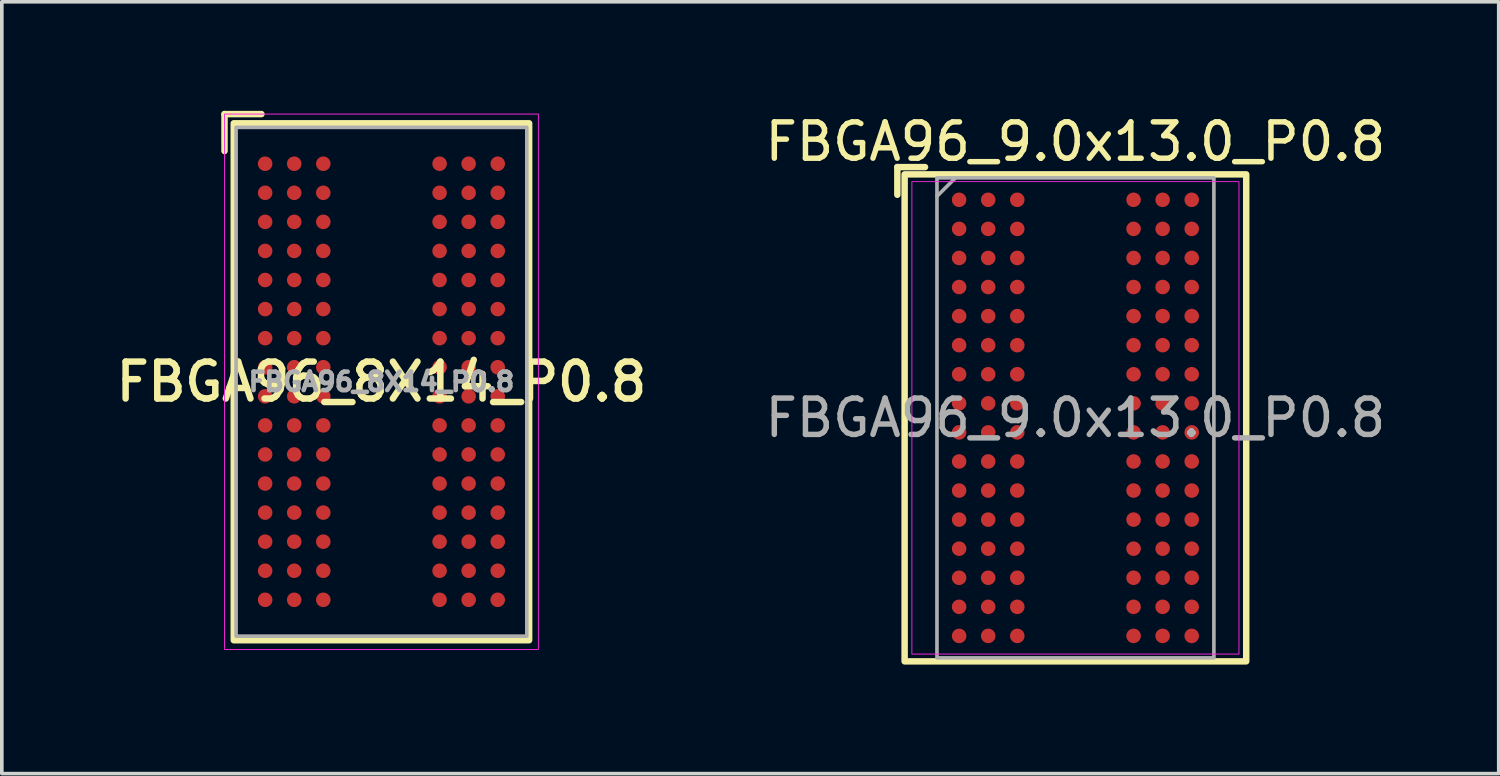
<source format=kicad_pcb>
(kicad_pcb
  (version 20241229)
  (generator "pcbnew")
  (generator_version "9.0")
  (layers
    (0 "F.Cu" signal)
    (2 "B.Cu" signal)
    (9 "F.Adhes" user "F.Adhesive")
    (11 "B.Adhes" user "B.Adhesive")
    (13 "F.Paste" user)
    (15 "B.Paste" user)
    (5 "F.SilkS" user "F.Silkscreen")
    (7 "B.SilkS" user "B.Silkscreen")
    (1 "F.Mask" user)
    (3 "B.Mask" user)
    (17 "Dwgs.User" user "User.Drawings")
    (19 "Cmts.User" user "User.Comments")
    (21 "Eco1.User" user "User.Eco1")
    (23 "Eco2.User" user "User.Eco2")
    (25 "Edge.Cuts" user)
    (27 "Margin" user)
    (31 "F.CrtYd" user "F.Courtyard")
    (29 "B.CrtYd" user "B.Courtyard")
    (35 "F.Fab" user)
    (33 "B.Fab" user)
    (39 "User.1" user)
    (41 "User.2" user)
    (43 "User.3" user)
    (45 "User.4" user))
  (footprint "FBGA96_8X14_P0.8"
    (layer "F.Cu")
    (at 7.446 7.455)
    (property "Reference" "FBGA96_8X14_P0.8" (at 0 0 0) (layer "F.SilkS") (effects (font (size 1.016 1.016) (thickness 0.178))))
    (attr smd)
    (fp_line (start -4.318 -6.35) (end -4.318 -7.366) (stroke (width 0.178) (type solid)) (layer "F.SilkS"))
    (fp_line (start -3.302 -7.366) (end -4.318 -7.366) (stroke (width 0.178) (type solid)) (layer "F.SilkS"))
    (fp_rect (start -4.064 -7.112) (end 4.064 7.112) (stroke (width 0.178) (type solid)) (fill no) (layer "F.SilkS"))
    (fp_rect (start -4.318 -7.366) (end 4.318 7.366) (stroke (width 0.025) (type solid)) (fill no) (layer "F.CrtYd"))
    (fp_rect (start -4 -7) (end 4 7) (stroke (width 0.1) (type solid)) (fill no) (layer "F.Fab"))
    (fp_text user "${REFERENCE}" (at 0 0 0) (layer "F.Fab") (effects (font (size 0.508 0.508) (thickness 0.127))))
    (pad "A1" smd circle (at -3.2 -6) (size 0.4 0.4) (layers "F.Cu" "F.Mask" "F.Paste"))
    (pad "A2" smd circle (at -2.4 -6) (size 0.4 0.4) (layers "F.Cu" "F.Mask" "F.Paste"))
    (pad "A3" smd circle (at -1.6 -6) (size 0.4 0.4) (layers "F.Cu" "F.Mask" "F.Paste"))
    (pad "A7" smd circle (at 1.6 -6) (size 0.4 0.4) (layers "F.Cu" "F.Mask" "F.Paste"))
    (pad "A8" smd circle (at 2.4 -6) (size 0.4 0.4) (layers "F.Cu" "F.Mask" "F.Paste"))
    (pad "A9" smd circle (at 3.2 -6) (size 0.4 0.4) (layers "F.Cu" "F.Mask" "F.Paste"))
    (pad "B1" smd circle (at -3.2 -5.2) (size 0.4 0.4) (layers "F.Cu" "F.Mask" "F.Paste"))
    (pad "B2" smd circle (at -2.4 -5.2) (size 0.4 0.4) (layers "F.Cu" "F.Mask" "F.Paste"))
    (pad "B3" smd circle (at -1.6 -5.2) (size 0.4 0.4) (layers "F.Cu" "F.Mask" "F.Paste"))
    (pad "B7" smd circle (at 1.6 -5.2) (size 0.4 0.4) (layers "F.Cu" "F.Mask" "F.Paste"))
    (pad "B8" smd circle (at 2.4 -5.2) (size 0.4 0.4) (layers "F.Cu" "F.Mask" "F.Paste"))
    (pad "B9" smd circle (at 3.2 -5.2) (size 0.4 0.4) (layers "F.Cu" "F.Mask" "F.Paste"))
    (pad "C1" smd circle (at -3.2 -4.4) (size 0.4 0.4) (layers "F.Cu" "F.Mask" "F.Paste"))
    (pad "C2" smd circle (at -2.4 -4.4) (size 0.4 0.4) (layers "F.Cu" "F.Mask" "F.Paste"))
    (pad "C3" smd circle (at -1.6 -4.4) (size 0.4 0.4) (layers "F.Cu" "F.Mask" "F.Paste"))
    (pad "C7" smd circle (at 1.6 -4.4) (size 0.4 0.4) (layers "F.Cu" "F.Mask" "F.Paste"))
    (pad "C8" smd circle (at 2.4 -4.4) (size 0.4 0.4) (layers "F.Cu" "F.Mask" "F.Paste"))
    (pad "C9" smd circle (at 3.2 -4.4) (size 0.4 0.4) (layers "F.Cu" "F.Mask" "F.Paste"))
    (pad "D1" smd circle (at -3.2 -3.6) (size 0.4 0.4) (layers "F.Cu" "F.Mask" "F.Paste"))
    (pad "D2" smd circle (at -2.4 -3.6) (size 0.4 0.4) (layers "F.Cu" "F.Mask" "F.Paste"))
    (pad "D3" smd circle (at -1.6 -3.6) (size 0.4 0.4) (layers "F.Cu" "F.Mask" "F.Paste"))
    (pad "D7" smd circle (at 1.6 -3.6) (size 0.4 0.4) (layers "F.Cu" "F.Mask" "F.Paste"))
    (pad "D8" smd circle (at 2.4 -3.6) (size 0.4 0.4) (layers "F.Cu" "F.Mask" "F.Paste"))
    (pad "D9" smd circle (at 3.2 -3.6) (size 0.4 0.4) (layers "F.Cu" "F.Mask" "F.Paste"))
    (pad "E1" smd circle (at -3.2 -2.8) (size 0.4 0.4) (layers "F.Cu" "F.Mask" "F.Paste"))
    (pad "E2" smd circle (at -2.4 -2.8) (size 0.4 0.4) (layers "F.Cu" "F.Mask" "F.Paste"))
    (pad "E3" smd circle (at -1.6 -2.8) (size 0.4 0.4) (layers "F.Cu" "F.Mask" "F.Paste"))
    (pad "E7" smd circle (at 1.6 -2.8) (size 0.4 0.4) (layers "F.Cu" "F.Mask" "F.Paste"))
    (pad "E8" smd circle (at 2.4 -2.8) (size 0.4 0.4) (layers "F.Cu" "F.Mask" "F.Paste"))
    (pad "E9" smd circle (at 3.2 -2.8) (size 0.4 0.4) (layers "F.Cu" "F.Mask" "F.Paste"))
    (pad "F1" smd circle (at -3.2 -2) (size 0.4 0.4) (layers "F.Cu" "F.Mask" "F.Paste"))
    (pad "F2" smd circle (at -2.4 -2) (size 0.4 0.4) (layers "F.Cu" "F.Mask" "F.Paste"))
    (pad "F3" smd circle (at -1.6 -2) (size 0.4 0.4) (layers "F.Cu" "F.Mask" "F.Paste"))
    (pad "F7" smd circle (at 1.6 -2) (size 0.4 0.4) (layers "F.Cu" "F.Mask" "F.Paste"))
    (pad "F8" smd circle (at 2.4 -2) (size 0.4 0.4) (layers "F.Cu" "F.Mask" "F.Paste"))
    (pad "F9" smd circle (at 3.2 -2) (size 0.4 0.4) (layers "F.Cu" "F.Mask" "F.Paste"))
    (pad "G1" smd circle (at -3.2 -1.2) (size 0.4 0.4) (layers "F.Cu" "F.Mask" "F.Paste"))
    (pad "G2" smd circle (at -2.4 -1.2) (size 0.4 0.4) (layers "F.Cu" "F.Mask" "F.Paste"))
    (pad "G3" smd circle (at -1.6 -1.2) (size 0.4 0.4) (layers "F.Cu" "F.Mask" "F.Paste"))
    (pad "G7" smd circle (at 1.6 -1.2) (size 0.4 0.4) (layers "F.Cu" "F.Mask" "F.Paste"))
    (pad "G8" smd circle (at 2.4 -1.2) (size 0.4 0.4) (layers "F.Cu" "F.Mask" "F.Paste"))
    (pad "G9" smd circle (at 3.2 -1.2) (size 0.4 0.4) (layers "F.Cu" "F.Mask" "F.Paste"))
    (pad "H1" smd circle (at -3.2 -0.4) (size 0.4 0.4) (layers "F.Cu" "F.Mask" "F.Paste"))
    (pad "H2" smd circle (at -2.4 -0.4) (size 0.4 0.4) (layers "F.Cu" "F.Mask" "F.Paste"))
    (pad "H3" smd circle (at -1.6 -0.4) (size 0.4 0.4) (layers "F.Cu" "F.Mask" "F.Paste"))
    (pad "H7" smd circle (at 1.6 -0.4) (size 0.4 0.4) (layers "F.Cu" "F.Mask" "F.Paste"))
    (pad "H8" smd circle (at 2.4 -0.4) (size 0.4 0.4) (layers "F.Cu" "F.Mask" "F.Paste"))
    (pad "H9" smd circle (at 3.2 -0.4) (size 0.4 0.4) (layers "F.Cu" "F.Mask" "F.Paste"))
    (pad "J1" smd circle (at -3.2 0.4) (size 0.4 0.4) (layers "F.Cu" "F.Mask" "F.Paste"))
    (pad "J2" smd circle (at -2.4 0.4) (size 0.4 0.4) (layers "F.Cu" "F.Mask" "F.Paste"))
    (pad "J3" smd circle (at -1.6 0.4) (size 0.4 0.4) (layers "F.Cu" "F.Mask" "F.Paste"))
    (pad "J7" smd circle (at 1.6 0.4) (size 0.4 0.4) (layers "F.Cu" "F.Mask" "F.Paste"))
    (pad "J8" smd circle (at 2.4 0.4) (size 0.4 0.4) (layers "F.Cu" "F.Mask" "F.Paste"))
    (pad "J9" smd circle (at 3.2 0.4) (size 0.4 0.4) (layers "F.Cu" "F.Mask" "F.Paste"))
    (pad "K1" smd circle (at -3.2 1.2) (size 0.4 0.4) (layers "F.Cu" "F.Mask" "F.Paste"))
    (pad "K2" smd circle (at -2.4 1.2) (size 0.4 0.4) (layers "F.Cu" "F.Mask" "F.Paste"))
    (pad "K3" smd circle (at -1.6 1.2) (size 0.4 0.4) (layers "F.Cu" "F.Mask" "F.Paste"))
    (pad "K7" smd circle (at 1.6 1.2) (size 0.4 0.4) (layers "F.Cu" "F.Mask" "F.Paste"))
    (pad "K8" smd circle (at 2.4 1.2) (size 0.4 0.4) (layers "F.Cu" "F.Mask" "F.Paste"))
    (pad "K9" smd circle (at 3.2 1.2) (size 0.4 0.4) (layers "F.Cu" "F.Mask" "F.Paste"))
    (pad "L1" smd circle (at -3.2 2) (size 0.4 0.4) (layers "F.Cu" "F.Mask" "F.Paste"))
    (pad "L2" smd circle (at -2.4 2) (size 0.4 0.4) (layers "F.Cu" "F.Mask" "F.Paste"))
    (pad "L3" smd circle (at -1.6 2) (size 0.4 0.4) (layers "F.Cu" "F.Mask" "F.Paste"))
    (pad "L7" smd circle (at 1.6 2) (size 0.4 0.4) (layers "F.Cu" "F.Mask" "F.Paste"))
    (pad "L8" smd circle (at 2.4 2) (size 0.4 0.4) (layers "F.Cu" "F.Mask" "F.Paste"))
    (pad "L9" smd circle (at 3.2 2) (size 0.4 0.4) (layers "F.Cu" "F.Mask" "F.Paste"))
    (pad "M1" smd circle (at -3.2 2.8) (size 0.4 0.4) (layers "F.Cu" "F.Mask" "F.Paste"))
    (pad "M2" smd circle (at -2.4 2.8) (size 0.4 0.4) (layers "F.Cu" "F.Mask" "F.Paste"))
    (pad "M3" smd circle (at -1.6 2.8) (size 0.4 0.4) (layers "F.Cu" "F.Mask" "F.Paste"))
    (pad "M7" smd circle (at 1.6 2.8) (size 0.4 0.4) (layers "F.Cu" "F.Mask" "F.Paste"))
    (pad "M8" smd circle (at 2.4 2.8) (size 0.4 0.4) (layers "F.Cu" "F.Mask" "F.Paste"))
    (pad "M9" smd circle (at 3.2 2.8) (size 0.4 0.4) (layers "F.Cu" "F.Mask" "F.Paste"))
    (pad "N1" smd circle (at -3.2 3.6) (size 0.4 0.4) (layers "F.Cu" "F.Mask" "F.Paste"))
    (pad "N2" smd circle (at -2.4 3.6) (size 0.4 0.4) (layers "F.Cu" "F.Mask" "F.Paste"))
    (pad "N3" smd circle (at -1.6 3.6) (size 0.4 0.4) (layers "F.Cu" "F.Mask" "F.Paste"))
    (pad "N7" smd circle (at 1.6 3.6) (size 0.4 0.4) (layers "F.Cu" "F.Mask" "F.Paste"))
    (pad "N8" smd circle (at 2.4 3.6) (size 0.4 0.4) (layers "F.Cu" "F.Mask" "F.Paste"))
    (pad "N9" smd circle (at 3.2 3.6) (size 0.4 0.4) (layers "F.Cu" "F.Mask" "F.Paste"))
    (pad "P1" smd circle (at -3.2 4.4) (size 0.4 0.4) (layers "F.Cu" "F.Mask" "F.Paste"))
    (pad "P2" smd circle (at -2.4 4.4) (size 0.4 0.4) (layers "F.Cu" "F.Mask" "F.Paste"))
    (pad "P3" smd circle (at -1.6 4.4) (size 0.4 0.4) (layers "F.Cu" "F.Mask" "F.Paste"))
    (pad "P7" smd circle (at 1.6 4.4) (size 0.4 0.4) (layers "F.Cu" "F.Mask" "F.Paste"))
    (pad "P8" smd circle (at 2.4 4.4) (size 0.4 0.4) (layers "F.Cu" "F.Mask" "F.Paste"))
    (pad "P9" smd circle (at 3.2 4.4) (size 0.4 0.4) (layers "F.Cu" "F.Mask" "F.Paste"))
    (pad "R1" smd circle (at -3.2 5.2) (size 0.4 0.4) (layers "F.Cu" "F.Mask" "F.Paste"))
    (pad "R2" smd circle (at -2.4 5.2) (size 0.4 0.4) (layers "F.Cu" "F.Mask" "F.Paste"))
    (pad "R3" smd circle (at -1.6 5.2) (size 0.4 0.4) (layers "F.Cu" "F.Mask" "F.Paste"))
    (pad "R7" smd circle (at 1.6 5.2) (size 0.4 0.4) (layers "F.Cu" "F.Mask" "F.Paste"))
    (pad "R8" smd circle (at 2.4 5.2) (size 0.4 0.4) (layers "F.Cu" "F.Mask" "F.Paste"))
    (pad "R9" smd circle (at 3.2 5.2) (size 0.4 0.4) (layers "F.Cu" "F.Mask" "F.Paste"))
    (pad "T1" smd circle (at -3.2 6) (size 0.4 0.4) (layers "F.Cu" "F.Mask" "F.Paste"))
    (pad "T2" smd circle (at -2.4 6) (size 0.4 0.4) (layers "F.Cu" "F.Mask" "F.Paste"))
    (pad "T3" smd circle (at -1.6 6) (size 0.4 0.4) (layers "F.Cu" "F.Mask" "F.Paste"))
    (pad "T7" smd circle (at 1.6 6) (size 0.4 0.4) (layers "F.Cu" "F.Mask" "F.Paste"))
    (pad "T8" smd circle (at 2.4 6) (size 0.4 0.4) (layers "F.Cu" "F.Mask" "F.Paste"))
    (pad "T9" smd circle (at 3.2 6) (size 0.4 0.4) (layers "F.Cu" "F.Mask" "F.Paste")))
  (footprint "FBGA96_9.0x13.0_P0.8"
    (layer "F.Cu")
    (at 26.542 8.448)
    (property "Reference" "FBGA96_9.0x13.0_P0.8" (at 0 -7.6 0) (unlocked yes) (layer "F.SilkS") (effects (font (size 1 1) (thickness 0.15))))
    (attr smd)
    (fp_line (start -4.9 -6.9) (end -4.138 -6.9) (stroke (width 0.178) (type solid)) (layer "F.SilkS"))
    (fp_line (start -4.9 -6.138) (end -4.9 -6.9) (stroke (width 0.178) (type solid)) (layer "F.SilkS"))
    (fp_rect (start 4.7 6.7) (end -4.7 -6.7) (stroke (width 0.178) (type solid)) (fill no) (layer "F.SilkS"))
    (fp_rect (start -4.5 -6.5) (end 4.5 6.5) (stroke (width 0.025) (type solid)) (fill no) (layer "F.CrtYd"))
    (fp_line (start -3.81 -6.096) (end -3.302 -6.604) (stroke (width 0.1) (type solid)) (layer "F.Fab"))
    (fp_rect (start -3.81 -6.604) (end 3.81 6.604) (stroke (width 0.1) (type solid)) (fill no) (layer "F.Fab"))
    (fp_text user "${REFERENCE}" (at 0 0 0) (unlocked yes) (layer "F.Fab") (effects (font (size 1 1) (thickness 0.15))))
    (pad "A1" smd circle (at -3.2 -6) (size 0.4 0.4) (layers "F.Cu" "F.Mask" "F.Paste"))
    (pad "A2" smd circle (at -2.4 -6) (size 0.4 0.4) (layers "F.Cu" "F.Mask" "F.Paste"))
    (pad "A3" smd circle (at -1.6 -6) (size 0.4 0.4) (layers "F.Cu" "F.Mask" "F.Paste"))
    (pad "A7" smd circle (at 1.6 -6) (size 0.4 0.4) (layers "F.Cu" "F.Mask" "F.Paste"))
    (pad "A8" smd circle (at 2.4 -6) (size 0.4 0.4) (layers "F.Cu" "F.Mask" "F.Paste"))
    (pad "A9" smd circle (at 3.2 -6) (size 0.4 0.4) (layers "F.Cu" "F.Mask" "F.Paste"))
    (pad "B1" smd circle (at -3.2 -5.2) (size 0.4 0.4) (layers "F.Cu" "F.Mask" "F.Paste"))
    (pad "B2" smd circle (at -2.4 -5.2) (size 0.4 0.4) (layers "F.Cu" "F.Mask" "F.Paste"))
    (pad "B3" smd circle (at -1.6 -5.2) (size 0.4 0.4) (layers "F.Cu" "F.Mask" "F.Paste"))
    (pad "B7" smd circle (at 1.6 -5.2) (size 0.4 0.4) (layers "F.Cu" "F.Mask" "F.Paste"))
    (pad "B8" smd circle (at 2.4 -5.2) (size 0.4 0.4) (layers "F.Cu" "F.Mask" "F.Paste"))
    (pad "B9" smd circle (at 3.2 -5.2) (size 0.4 0.4) (layers "F.Cu" "F.Mask" "F.Paste"))
    (pad "C1" smd circle (at -3.2 -4.4) (size 0.4 0.4) (layers "F.Cu" "F.Mask" "F.Paste"))
    (pad "C2" smd circle (at -2.4 -4.4) (size 0.4 0.4) (layers "F.Cu" "F.Mask" "F.Paste"))
    (pad "C3" smd circle (at -1.6 -4.4) (size 0.4 0.4) (layers "F.Cu" "F.Mask" "F.Paste"))
    (pad "C7" smd circle (at 1.6 -4.4) (size 0.4 0.4) (layers "F.Cu" "F.Mask" "F.Paste"))
    (pad "C8" smd circle (at 2.4 -4.4) (size 0.4 0.4) (layers "F.Cu" "F.Mask" "F.Paste"))
    (pad "C9" smd circle (at 3.2 -4.4) (size 0.4 0.4) (layers "F.Cu" "F.Mask" "F.Paste"))
    (pad "D1" smd circle (at -3.2 -3.6) (size 0.4 0.4) (layers "F.Cu" "F.Mask" "F.Paste"))
    (pad "D2" smd circle (at -2.4 -3.6) (size 0.4 0.4) (layers "F.Cu" "F.Mask" "F.Paste"))
    (pad "D3" smd circle (at -1.6 -3.6) (size 0.4 0.4) (layers "F.Cu" "F.Mask" "F.Paste"))
    (pad "D7" smd circle (at 1.6 -3.6) (size 0.4 0.4) (layers "F.Cu" "F.Mask" "F.Paste"))
    (pad "D8" smd circle (at 2.4 -3.6) (size 0.4 0.4) (layers "F.Cu" "F.Mask" "F.Paste"))
    (pad "D9" smd circle (at 3.2 -3.6) (size 0.4 0.4) (layers "F.Cu" "F.Mask" "F.Paste"))
    (pad "E1" smd circle (at -3.2 -2.8) (size 0.4 0.4) (layers "F.Cu" "F.Mask" "F.Paste"))
    (pad "E2" smd circle (at -2.4 -2.8) (size 0.4 0.4) (layers "F.Cu" "F.Mask" "F.Paste"))
    (pad "E3" smd circle (at -1.6 -2.8) (size 0.4 0.4) (layers "F.Cu" "F.Mask" "F.Paste"))
    (pad "E7" smd circle (at 1.6 -2.8) (size 0.4 0.4) (layers "F.Cu" "F.Mask" "F.Paste"))
    (pad "E8" smd circle (at 2.4 -2.8) (size 0.4 0.4) (layers "F.Cu" "F.Mask" "F.Paste"))
    (pad "E9" smd circle (at 3.2 -2.8) (size 0.4 0.4) (layers "F.Cu" "F.Mask" "F.Paste"))
    (pad "F1" smd circle (at -3.2 -2) (size 0.4 0.4) (layers "F.Cu" "F.Mask" "F.Paste"))
    (pad "F2" smd circle (at -2.4 -2) (size 0.4 0.4) (layers "F.Cu" "F.Mask" "F.Paste"))
    (pad "F3" smd circle (at -1.6 -2) (size 0.4 0.4) (layers "F.Cu" "F.Mask" "F.Paste"))
    (pad "F7" smd circle (at 1.6 -2) (size 0.4 0.4) (layers "F.Cu" "F.Mask" "F.Paste"))
    (pad "F8" smd circle (at 2.4 -2) (size 0.4 0.4) (layers "F.Cu" "F.Mask" "F.Paste"))
    (pad "F9" smd circle (at 3.2 -2) (size 0.4 0.4) (layers "F.Cu" "F.Mask" "F.Paste"))
    (pad "G1" smd circle (at -3.2 -1.2) (size 0.4 0.4) (layers "F.Cu" "F.Mask" "F.Paste"))
    (pad "G2" smd circle (at -2.4 -1.2) (size 0.4 0.4) (layers "F.Cu" "F.Mask" "F.Paste"))
    (pad "G3" smd circle (at -1.6 -1.2) (size 0.4 0.4) (layers "F.Cu" "F.Mask" "F.Paste"))
    (pad "G7" smd circle (at 1.6 -1.2) (size 0.4 0.4) (layers "F.Cu" "F.Mask" "F.Paste"))
    (pad "G8" smd circle (at 2.4 -1.2) (size 0.4 0.4) (layers "F.Cu" "F.Mask" "F.Paste"))
    (pad "G9" smd circle (at 3.2 -1.2) (size 0.4 0.4) (layers "F.Cu" "F.Mask" "F.Paste"))
    (pad "H1" smd circle (at -3.2 -0.4) (size 0.4 0.4) (layers "F.Cu" "F.Mask" "F.Paste"))
    (pad "H2" smd circle (at -2.4 -0.4) (size 0.4 0.4) (layers "F.Cu" "F.Mask" "F.Paste"))
    (pad "H3" smd circle (at -1.6 -0.4) (size 0.4 0.4) (layers "F.Cu" "F.Mask" "F.Paste"))
    (pad "H7" smd circle (at 1.6 -0.4) (size 0.4 0.4) (layers "F.Cu" "F.Mask" "F.Paste"))
    (pad "H8" smd circle (at 2.4 -0.4) (size 0.4 0.4) (layers "F.Cu" "F.Mask" "F.Paste"))
    (pad "H9" smd circle (at 3.2 -0.4) (size 0.4 0.4) (layers "F.Cu" "F.Mask" "F.Paste"))
    (pad "J1" smd circle (at -3.2 0.4) (size 0.4 0.4) (layers "F.Cu" "F.Mask" "F.Paste"))
    (pad "J2" smd circle (at -2.4 0.4) (size 0.4 0.4) (layers "F.Cu" "F.Mask" "F.Paste"))
    (pad "J3" smd circle (at -1.6 0.4) (size 0.4 0.4) (layers "F.Cu" "F.Mask" "F.Paste"))
    (pad "J7" smd circle (at 1.6 0.4) (size 0.4 0.4) (layers "F.Cu" "F.Mask" "F.Paste"))
    (pad "J8" smd circle (at 2.4 0.4) (size 0.4 0.4) (layers "F.Cu" "F.Mask" "F.Paste"))
    (pad "J9" smd circle (at 3.2 0.4) (size 0.4 0.4) (layers "F.Cu" "F.Mask" "F.Paste"))
    (pad "K1" smd circle (at -3.2 1.2) (size 0.4 0.4) (layers "F.Cu" "F.Mask" "F.Paste"))
    (pad "K2" smd circle (at -2.4 1.2) (size 0.4 0.4) (layers "F.Cu" "F.Mask" "F.Paste"))
    (pad "K3" smd circle (at -1.6 1.2) (size 0.4 0.4) (layers "F.Cu" "F.Mask" "F.Paste"))
    (pad "K7" smd circle (at 1.6 1.2) (size 0.4 0.4) (layers "F.Cu" "F.Mask" "F.Paste"))
    (pad "K8" smd circle (at 2.4 1.2) (size 0.4 0.4) (layers "F.Cu" "F.Mask" "F.Paste"))
    (pad "K9" smd circle (at 3.2 1.2) (size 0.4 0.4) (layers "F.Cu" "F.Mask" "F.Paste"))
    (pad "L1" smd circle (at -3.2 2) (size 0.4 0.4) (layers "F.Cu" "F.Mask" "F.Paste"))
    (pad "L2" smd circle (at -2.4 2) (size 0.4 0.4) (layers "F.Cu" "F.Mask" "F.Paste"))
    (pad "L3" smd circle (at -1.6 2) (size 0.4 0.4) (layers "F.Cu" "F.Mask" "F.Paste"))
    (pad "L7" smd circle (at 1.6 2) (size 0.4 0.4) (layers "F.Cu" "F.Mask" "F.Paste"))
    (pad "L8" smd circle (at 2.4 2) (size 0.4 0.4) (layers "F.Cu" "F.Mask" "F.Paste"))
    (pad "L9" smd circle (at 3.2 2) (size 0.4 0.4) (layers "F.Cu" "F.Mask" "F.Paste"))
    (pad "M1" smd circle (at -3.2 2.8) (size 0.4 0.4) (layers "F.Cu" "F.Mask" "F.Paste"))
    (pad "M2" smd circle (at -2.4 2.8) (size 0.4 0.4) (layers "F.Cu" "F.Mask" "F.Paste"))
    (pad "M3" smd circle (at -1.6 2.8) (size 0.4 0.4) (layers "F.Cu" "F.Mask" "F.Paste"))
    (pad "M7" smd circle (at 1.6 2.8) (size 0.4 0.4) (layers "F.Cu" "F.Mask" "F.Paste"))
    (pad "M8" smd circle (at 2.4 2.8) (size 0.4 0.4) (layers "F.Cu" "F.Mask" "F.Paste"))
    (pad "M9" smd circle (at 3.2 2.8) (size 0.4 0.4) (layers "F.Cu" "F.Mask" "F.Paste"))
    (pad "N1" smd circle (at -3.2 3.6) (size 0.4 0.4) (layers "F.Cu" "F.Mask" "F.Paste"))
    (pad "N2" smd circle (at -2.4 3.6) (size 0.4 0.4) (layers "F.Cu" "F.Mask" "F.Paste"))
    (pad "N3" smd circle (at -1.6 3.6) (size 0.4 0.4) (layers "F.Cu" "F.Mask" "F.Paste"))
    (pad "N7" smd circle (at 1.6 3.6) (size 0.4 0.4) (layers "F.Cu" "F.Mask" "F.Paste"))
    (pad "N8" smd circle (at 2.4 3.6) (size 0.4 0.4) (layers "F.Cu" "F.Mask" "F.Paste"))
    (pad "N9" smd circle (at 3.2 3.6) (size 0.4 0.4) (layers "F.Cu" "F.Mask" "F.Paste"))
    (pad "P1" smd circle (at -3.2 4.4) (size 0.4 0.4) (layers "F.Cu" "F.Mask" "F.Paste"))
    (pad "P2" smd circle (at -2.4 4.4) (size 0.4 0.4) (layers "F.Cu" "F.Mask" "F.Paste"))
    (pad "P3" smd circle (at -1.6 4.4) (size 0.4 0.4) (layers "F.Cu" "F.Mask" "F.Paste"))
    (pad "P7" smd circle (at 1.6 4.4) (size 0.4 0.4) (layers "F.Cu" "F.Mask" "F.Paste"))
    (pad "P8" smd circle (at 2.4 4.4) (size 0.4 0.4) (layers "F.Cu" "F.Mask" "F.Paste"))
    (pad "P9" smd circle (at 3.2 4.4) (size 0.4 0.4) (layers "F.Cu" "F.Mask" "F.Paste"))
    (pad "R1" smd circle (at -3.2 5.2) (size 0.4 0.4) (layers "F.Cu" "F.Mask" "F.Paste"))
    (pad "R2" smd circle (at -2.4 5.2) (size 0.4 0.4) (layers "F.Cu" "F.Mask" "F.Paste"))
    (pad "R3" smd circle (at -1.6 5.2) (size 0.4 0.4) (layers "F.Cu" "F.Mask" "F.Paste"))
    (pad "R7" smd circle (at 1.6 5.2) (size 0.4 0.4) (layers "F.Cu" "F.Mask" "F.Paste"))
    (pad "R8" smd circle (at 2.4 5.2) (size 0.4 0.4) (layers "F.Cu" "F.Mask" "F.Paste"))
    (pad "R9" smd circle (at 3.2 5.2) (size 0.4 0.4) (layers "F.Cu" "F.Mask" "F.Paste"))
    (pad "T1" smd circle (at -3.2 6) (size 0.4 0.4) (layers "F.Cu" "F.Mask" "F.Paste"))
    (pad "T2" smd circle (at -2.4 6) (size 0.4 0.4) (layers "F.Cu" "F.Mask" "F.Paste"))
    (pad "T3" smd circle (at -1.6 6) (size 0.4 0.4) (layers "F.Cu" "F.Mask" "F.Paste"))
    (pad "T7" smd circle (at 1.6 6) (size 0.4 0.4) (layers "F.Cu" "F.Mask" "F.Paste"))
    (pad "T8" smd circle (at 2.4 6) (size 0.4 0.4) (layers "F.Cu" "F.Mask" "F.Paste"))
    (pad "T9" smd circle (at 3.2 6) (size 0.4 0.4) (layers "F.Cu" "F.Mask" "F.Paste")))
  (gr_rect
    (start -3 -3)
    (end 38.19 18.237)
    (stroke (width 0.1) (type default))
    (fill no)
    (layer "Edge.Cuts")))
</source>
